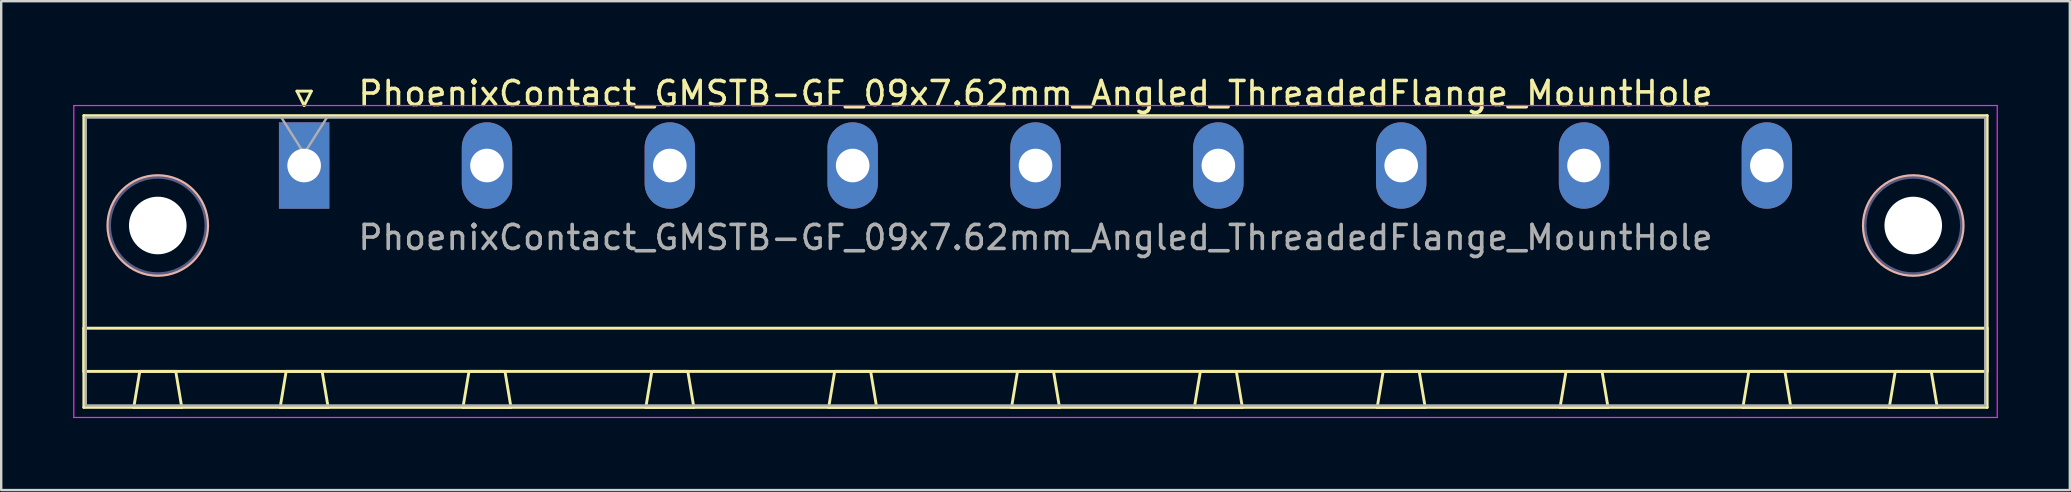
<source format=kicad_pcb>
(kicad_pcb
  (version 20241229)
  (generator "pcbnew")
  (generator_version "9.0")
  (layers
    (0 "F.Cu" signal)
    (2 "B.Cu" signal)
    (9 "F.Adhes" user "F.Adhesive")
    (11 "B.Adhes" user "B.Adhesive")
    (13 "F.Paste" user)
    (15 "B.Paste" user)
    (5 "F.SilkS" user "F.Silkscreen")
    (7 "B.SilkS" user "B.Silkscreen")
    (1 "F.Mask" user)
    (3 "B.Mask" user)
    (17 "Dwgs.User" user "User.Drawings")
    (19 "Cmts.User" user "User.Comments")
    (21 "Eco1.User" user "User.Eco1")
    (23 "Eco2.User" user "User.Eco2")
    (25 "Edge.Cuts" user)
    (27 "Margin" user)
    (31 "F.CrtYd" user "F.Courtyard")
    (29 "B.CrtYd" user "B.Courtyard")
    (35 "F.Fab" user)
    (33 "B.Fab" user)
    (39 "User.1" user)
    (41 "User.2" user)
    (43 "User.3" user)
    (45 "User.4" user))
  (footprint "PhoenixContact_GMSTB-GF_09x7.62mm_Angled_ThreadedFlange_MountHole"
    (layer "F.Cu")
    (at 9.625 3.848)
    (property "Reference" "PhoenixContact_GMSTB-GF_09x7.62mm_Angled_ThreadedFlange_MountHole" (at 30.48 -3 0) (layer "F.SilkS") (effects (font (size 1 1) (thickness 0.15))))
    (attr through_hole)
    (fp_line (start -9.18 -2.08) (end -9.18 10.08) (stroke (width 0.12) (type solid)) (layer "F.SilkS"))
    (fp_line (start -9.18 6.78) (end 70.14 6.78) (stroke (width 0.12) (type solid)) (layer "F.SilkS"))
    (fp_line (start -9.18 8.58) (end -9.18 6.78) (stroke (width 0.12) (type solid)) (layer "F.SilkS"))
    (fp_line (start -9.18 10.08) (end 70.14 10.08) (stroke (width 0.12) (type solid)) (layer "F.SilkS"))
    (fp_line (start -7.1 10.08) (end -5.1 10.08) (stroke (width 0.12) (type solid)) (layer "F.SilkS"))
    (fp_line (start -6.85 8.58) (end -7.1 10.08) (stroke (width 0.12) (type solid)) (layer "F.SilkS"))
    (fp_line (start -5.35 8.58) (end -6.85 8.58) (stroke (width 0.12) (type solid)) (layer "F.SilkS"))
    (fp_line (start -5.1 10.08) (end -5.35 8.58) (stroke (width 0.12) (type solid)) (layer "F.SilkS"))
    (fp_line (start -1 10.08) (end 1 10.08) (stroke (width 0.12) (type solid)) (layer "F.SilkS"))
    (fp_line (start -0.75 8.58) (end -1 10.08) (stroke (width 0.12) (type solid)) (layer "F.SilkS"))
    (fp_line (start -0.3 -3.1) (end 0.3 -3.1) (stroke (width 0.12) (type solid)) (layer "F.SilkS"))
    (fp_line (start 0 -2.5) (end -0.3 -3.1) (stroke (width 0.12) (type solid)) (layer "F.SilkS"))
    (fp_line (start 0.3 -3.1) (end 0 -2.5) (stroke (width 0.12) (type solid)) (layer "F.SilkS"))
    (fp_line (start 0.75 8.58) (end -0.75 8.58) (stroke (width 0.12) (type solid)) (layer "F.SilkS"))
    (fp_line (start 1 10.08) (end 0.75 8.58) (stroke (width 0.12) (type solid)) (layer "F.SilkS"))
    (fp_line (start 6.62 10.08) (end 8.62 10.08) (stroke (width 0.12) (type solid)) (layer "F.SilkS"))
    (fp_line (start 6.87 8.58) (end 6.62 10.08) (stroke (width 0.12) (type solid)) (layer "F.SilkS"))
    (fp_line (start 8.37 8.58) (end 6.87 8.58) (stroke (width 0.12) (type solid)) (layer "F.SilkS"))
    (fp_line (start 8.62 10.08) (end 8.37 8.58) (stroke (width 0.12) (type solid)) (layer "F.SilkS"))
    (fp_line (start 14.24 10.08) (end 16.24 10.08) (stroke (width 0.12) (type solid)) (layer "F.SilkS"))
    (fp_line (start 14.49 8.58) (end 14.24 10.08) (stroke (width 0.12) (type solid)) (layer "F.SilkS"))
    (fp_line (start 15.99 8.58) (end 14.49 8.58) (stroke (width 0.12) (type solid)) (layer "F.SilkS"))
    (fp_line (start 16.24 10.08) (end 15.99 8.58) (stroke (width 0.12) (type solid)) (layer "F.SilkS"))
    (fp_line (start 21.86 10.08) (end 23.86 10.08) (stroke (width 0.12) (type solid)) (layer "F.SilkS"))
    (fp_line (start 22.11 8.58) (end 21.86 10.08) (stroke (width 0.12) (type solid)) (layer "F.SilkS"))
    (fp_line (start 23.61 8.58) (end 22.11 8.58) (stroke (width 0.12) (type solid)) (layer "F.SilkS"))
    (fp_line (start 23.86 10.08) (end 23.61 8.58) (stroke (width 0.12) (type solid)) (layer "F.SilkS"))
    (fp_line (start 29.48 10.08) (end 31.48 10.08) (stroke (width 0.12) (type solid)) (layer "F.SilkS"))
    (fp_line (start 29.73 8.58) (end 29.48 10.08) (stroke (width 0.12) (type solid)) (layer "F.SilkS"))
    (fp_line (start 31.23 8.58) (end 29.73 8.58) (stroke (width 0.12) (type solid)) (layer "F.SilkS"))
    (fp_line (start 31.48 10.08) (end 31.23 8.58) (stroke (width 0.12) (type solid)) (layer "F.SilkS"))
    (fp_line (start 37.1 10.08) (end 39.1 10.08) (stroke (width 0.12) (type solid)) (layer "F.SilkS"))
    (fp_line (start 37.35 8.58) (end 37.1 10.08) (stroke (width 0.12) (type solid)) (layer "F.SilkS"))
    (fp_line (start 38.85 8.58) (end 37.35 8.58) (stroke (width 0.12) (type solid)) (layer "F.SilkS"))
    (fp_line (start 39.1 10.08) (end 38.85 8.58) (stroke (width 0.12) (type solid)) (layer "F.SilkS"))
    (fp_line (start 44.72 10.08) (end 46.72 10.08) (stroke (width 0.12) (type solid)) (layer "F.SilkS"))
    (fp_line (start 44.97 8.58) (end 44.72 10.08) (stroke (width 0.12) (type solid)) (layer "F.SilkS"))
    (fp_line (start 46.47 8.58) (end 44.97 8.58) (stroke (width 0.12) (type solid)) (layer "F.SilkS"))
    (fp_line (start 46.72 10.08) (end 46.47 8.58) (stroke (width 0.12) (type solid)) (layer "F.SilkS"))
    (fp_line (start 52.34 10.08) (end 54.34 10.08) (stroke (width 0.12) (type solid)) (layer "F.SilkS"))
    (fp_line (start 52.59 8.58) (end 52.34 10.08) (stroke (width 0.12) (type solid)) (layer "F.SilkS"))
    (fp_line (start 54.09 8.58) (end 52.59 8.58) (stroke (width 0.12) (type solid)) (layer "F.SilkS"))
    (fp_line (start 54.34 10.08) (end 54.09 8.58) (stroke (width 0.12) (type solid)) (layer "F.SilkS"))
    (fp_line (start 59.96 10.08) (end 61.96 10.08) (stroke (width 0.12) (type solid)) (layer "F.SilkS"))
    (fp_line (start 60.21 8.58) (end 59.96 10.08) (stroke (width 0.12) (type solid)) (layer "F.SilkS"))
    (fp_line (start 61.71 8.58) (end 60.21 8.58) (stroke (width 0.12) (type solid)) (layer "F.SilkS"))
    (fp_line (start 61.96 10.08) (end 61.71 8.58) (stroke (width 0.12) (type solid)) (layer "F.SilkS"))
    (fp_line (start 66.06 10.08) (end 68.06 10.08) (stroke (width 0.12) (type solid)) (layer "F.SilkS"))
    (fp_line (start 66.31 8.58) (end 66.06 10.08) (stroke (width 0.12) (type solid)) (layer "F.SilkS"))
    (fp_line (start 67.81 8.58) (end 66.31 8.58) (stroke (width 0.12) (type solid)) (layer "F.SilkS"))
    (fp_line (start 68.06 10.08) (end 67.81 8.58) (stroke (width 0.12) (type solid)) (layer "F.SilkS"))
    (fp_line (start 70.14 -2.08) (end -9.18 -2.08) (stroke (width 0.12) (type solid)) (layer "F.SilkS"))
    (fp_line (start 70.14 6.78) (end 70.14 8.58) (stroke (width 0.12) (type solid)) (layer "F.SilkS"))
    (fp_line (start 70.14 8.58) (end -9.18 8.58) (stroke (width 0.12) (type solid)) (layer "F.SilkS"))
    (fp_line (start 70.14 10.08) (end 70.14 -2.08) (stroke (width 0.12) (type solid)) (layer "F.SilkS"))
    (fp_circle (center -6.1 2.5) (end -4.02 2.5) (stroke (width 0.12) (type solid)) (fill no) (layer "B.SilkS"))
    (fp_circle (center 67.06 2.5) (end 69.14 2.5) (stroke (width 0.12) (type solid)) (fill no) (layer "B.SilkS"))
    (fp_line (start -9.6 -2.5) (end -9.6 10.5) (stroke (width 0.05) (type solid)) (layer "F.CrtYd"))
    (fp_line (start -9.6 10.5) (end 70.56 10.5) (stroke (width 0.05) (type solid)) (layer "F.CrtYd"))
    (fp_line (start 70.56 -2.5) (end -9.6 -2.5) (stroke (width 0.05) (type solid)) (layer "F.CrtYd"))
    (fp_line (start 70.56 10.5) (end 70.56 -2.5) (stroke (width 0.05) (type solid)) (layer "F.CrtYd"))
    (fp_circle (center -6.1 2.5) (end -4.1 2.5) (stroke (width 0.1) (type solid)) (fill no) (layer "B.Fab"))
    (fp_circle (center 67.06 2.5) (end 69.06 2.5) (stroke (width 0.1) (type solid)) (fill no) (layer "B.Fab"))
    (fp_line (start -9.1 -2) (end -9.1 10) (stroke (width 0.1) (type solid)) (layer "F.Fab"))
    (fp_line (start -9.1 10) (end 70.06 10) (stroke (width 0.1) (type solid)) (layer "F.Fab"))
    (fp_line (start 0 -0.5) (end -0.95 -2) (stroke (width 0.1) (type solid)) (layer "F.Fab"))
    (fp_line (start 0.95 -2) (end 0 -0.5) (stroke (width 0.1) (type solid)) (layer "F.Fab"))
    (fp_line (start 70.06 -2) (end -9.1 -2) (stroke (width 0.1) (type solid)) (layer "F.Fab"))
    (fp_line (start 70.06 10) (end 70.06 -2) (stroke (width 0.1) (type solid)) (layer "F.Fab"))
    (fp_text user "${REFERENCE}" (at 30.48 3 0) (layer "F.Fab") (effects (font (size 1 1) (thickness 0.15))))
    (pad "" np_thru_hole circle (at -6.1 2.5) (size 2.4 2.4) (drill 2.4) (layers "*.Cu" "*.Mask"))
    (pad "" np_thru_hole circle (at 67.06 2.5) (size 2.4 2.4) (drill 2.4) (layers "*.Cu" "*.Mask"))
    (pad "1" thru_hole rect (at 0 0) (size 2.1 3.6) (drill 1.4) (layers "*.Cu" "*.Mask"))
    (pad "2" thru_hole oval (at 7.62 0) (size 2.1 3.6) (drill 1.4) (layers "*.Cu" "*.Mask"))
    (pad "3" thru_hole oval (at 15.24 0) (size 2.1 3.6) (drill 1.4) (layers "*.Cu" "*.Mask"))
    (pad "4" thru_hole oval (at 22.86 0) (size 2.1 3.6) (drill 1.4) (layers "*.Cu" "*.Mask"))
    (pad "5" thru_hole oval (at 30.48 0) (size 2.1 3.6) (drill 1.4) (layers "*.Cu" "*.Mask"))
    (pad "6" thru_hole oval (at 38.1 0) (size 2.1 3.6) (drill 1.4) (layers "*.Cu" "*.Mask"))
    (pad "7" thru_hole oval (at 45.72 0) (size 2.1 3.6) (drill 1.4) (layers "*.Cu" "*.Mask"))
    (pad "8" thru_hole oval (at 53.34 0) (size 2.1 3.6) (drill 1.4) (layers "*.Cu" "*.Mask"))
    (pad "9" thru_hole oval (at 60.96 0) (size 2.1 3.6) (drill 1.4) (layers "*.Cu" "*.Mask")))
  (gr_rect
    (start -3 -3)
    (end 83.21 17.373)
    (stroke (width 0.1) (type default))
    (fill no)
    (layer "Edge.Cuts")))
</source>
